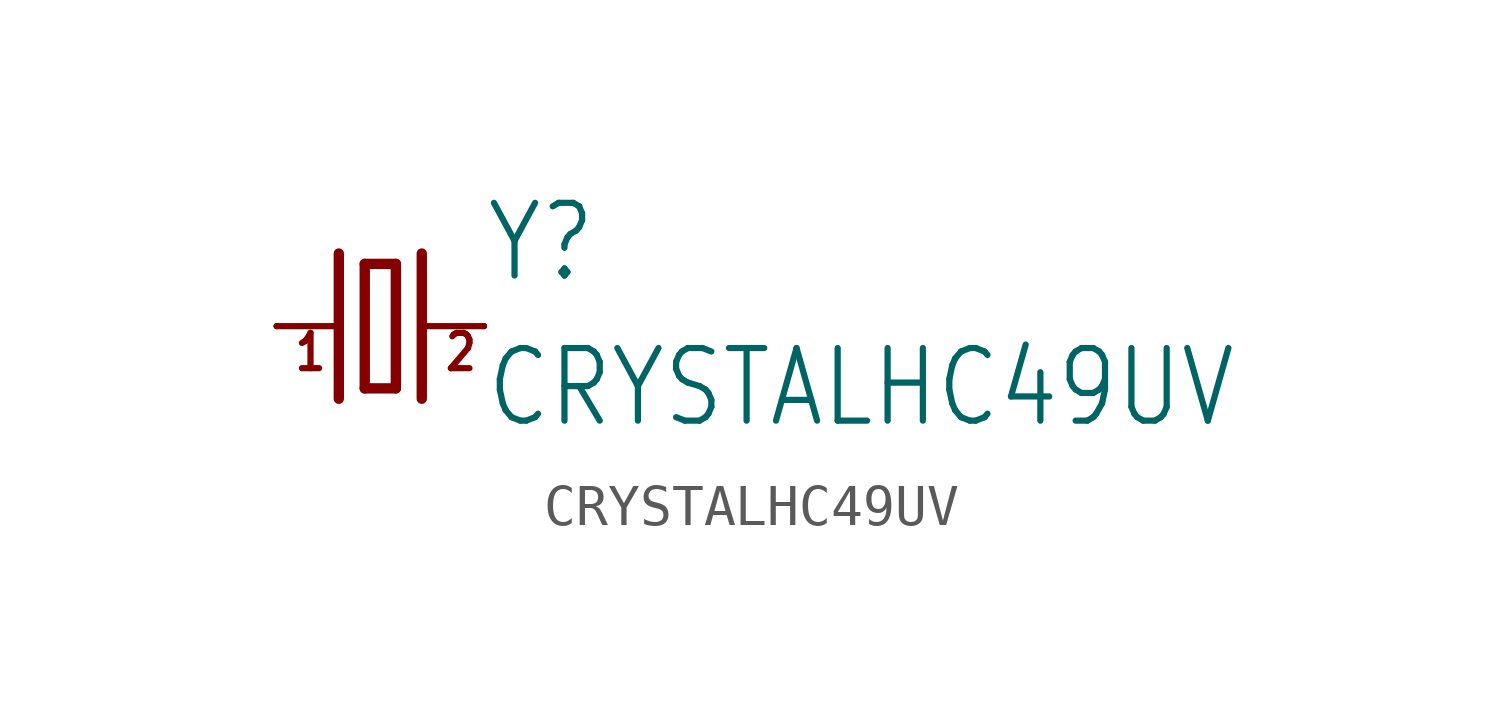
<source format=kicad_sym>
(kicad_symbol_lib
  (version 20211014)
  (generator kicad_symbol_editor)
  (symbol "CRYSTALHC49UV"
    (property "Reference" "Y"
      (at 2.54 1.016 0)
      (effects (font (size 1.778 1.511)) (justify left bottom)))
    (property "Value" "CRYSTALHC49UV"
      (at 2.54 -2.54 0)
      (effects (font (size 1.778 1.511)) (justify left bottom)))
    (property "ki_locked" ""
      (at 0 0 0)
      (effects (font (size 1.27 1.27))))
    (symbol "CRYSTALHC49UV_1_0"
      (polyline (pts (xy -2.54 0) (xy -1.016 0)) (stroke (width 0.152) (type default) (color 0 0 0 0)) (fill (type none)))
      (polyline (pts (xy -1.016 1.778) (xy -1.016 -1.778)) (stroke (width 0.254) (type default) (color 0 0 0 0)) (fill (type none)))
      (polyline (pts (xy -0.381 -1.524) (xy 0.381 -1.524)) (stroke (width 0.254) (type default) (color 0 0 0 0)) (fill (type none)))
      (polyline (pts (xy -0.381 1.524) (xy -0.381 -1.524)) (stroke (width 0.254) (type default) (color 0 0 0 0)) (fill (type none)))
      (polyline (pts (xy 0.381 -1.524) (xy 0.381 1.524)) (stroke (width 0.254) (type default) (color 0 0 0 0)) (fill (type none)))
      (polyline (pts (xy 0.381 1.524) (xy -0.381 1.524)) (stroke (width 0.254) (type default) (color 0 0 0 0)) (fill (type none)))
      (polyline (pts (xy 1.016 0) (xy 2.54 0)) (stroke (width 0.152) (type default) (color 0 0 0 0)) (fill (type none)))
      (polyline (pts (xy 1.016 1.778) (xy 1.016 -1.778)) (stroke (width 0.254) (type default) (color 0 0 0 0)) (fill (type none)))
      (text "1" (at -2.159 -1.143 0) (effects (font (size 0.864 0.734)) (justify left bottom)))
      (text "2" (at 1.524 -1.143 0) (effects (font (size 0.864 0.734)) (justify left bottom)))
      (pin passive line (at -2.54 0 0) (length 0) (name "1" (effects (font (size 0 0)))) (number "1" (effects (font (size 0 0)))))
      (pin passive line (at 2.54 0 180) (length 0) (name "2" (effects (font (size 0 0)))) (number "2" (effects (font (size 0 0))))))))
</source>
